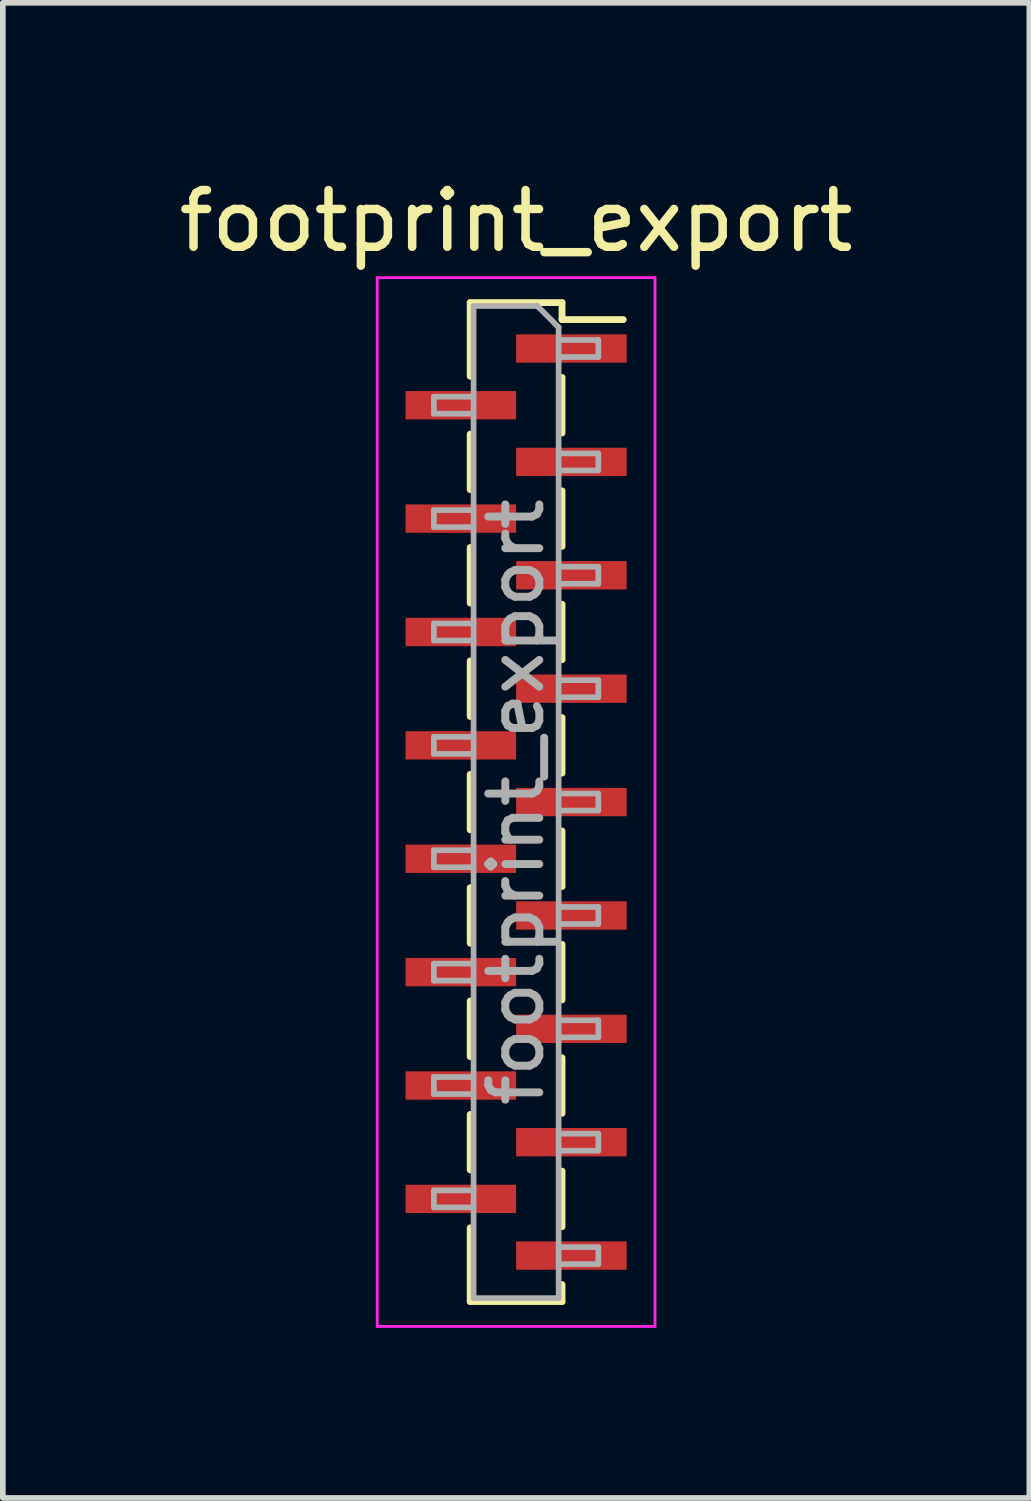
<source format=kicad_pcb>
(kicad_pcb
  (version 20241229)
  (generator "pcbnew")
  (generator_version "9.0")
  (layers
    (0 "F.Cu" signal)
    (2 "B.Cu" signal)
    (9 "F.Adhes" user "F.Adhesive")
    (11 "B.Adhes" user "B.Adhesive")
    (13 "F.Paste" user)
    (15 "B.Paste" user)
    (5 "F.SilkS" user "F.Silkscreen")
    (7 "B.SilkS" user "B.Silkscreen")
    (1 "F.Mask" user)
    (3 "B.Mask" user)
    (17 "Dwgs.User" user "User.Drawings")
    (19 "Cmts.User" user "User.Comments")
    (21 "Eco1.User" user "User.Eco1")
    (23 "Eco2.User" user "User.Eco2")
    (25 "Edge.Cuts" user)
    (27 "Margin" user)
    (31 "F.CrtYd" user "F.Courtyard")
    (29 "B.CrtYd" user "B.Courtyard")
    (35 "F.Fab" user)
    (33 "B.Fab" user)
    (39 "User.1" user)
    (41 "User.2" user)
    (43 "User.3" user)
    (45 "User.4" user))
  (footprint "footprint_export"
    (layer "F.Cu")
    (at 6.054 11.098)
    (property "Reference" "footprint_export" (at 0 -10.25 0) (layer "F.SilkS") (effects (font (size 1 1) (thickness 0.15))))
    (attr smd)
    (fp_line (start -0.81 -8.81) (end -0.81 -7.51) (stroke (width 0.12) (type solid)) (layer "F.SilkS"))
    (fp_line (start -0.81 -8.81) (end 0.81 -8.81) (stroke (width 0.12) (type solid)) (layer "F.SilkS"))
    (fp_line (start -0.81 -6.49) (end -0.81 -5.51) (stroke (width 0.12) (type solid)) (layer "F.SilkS"))
    (fp_line (start -0.81 -4.49) (end -0.81 -3.51) (stroke (width 0.12) (type solid)) (layer "F.SilkS"))
    (fp_line (start -0.81 -2.49) (end -0.81 -1.51) (stroke (width 0.12) (type solid)) (layer "F.SilkS"))
    (fp_line (start -0.81 -0.49) (end -0.81 0.49) (stroke (width 0.12) (type solid)) (layer "F.SilkS"))
    (fp_line (start -0.81 1.51) (end -0.81 2.49) (stroke (width 0.12) (type solid)) (layer "F.SilkS"))
    (fp_line (start -0.81 3.51) (end -0.81 4.49) (stroke (width 0.12) (type solid)) (layer "F.SilkS"))
    (fp_line (start -0.81 5.51) (end -0.81 6.49) (stroke (width 0.12) (type solid)) (layer "F.SilkS"))
    (fp_line (start -0.81 7.51) (end -0.81 8.81) (stroke (width 0.12) (type solid)) (layer "F.SilkS"))
    (fp_line (start -0.81 8.81) (end 0.81 8.81) (stroke (width 0.12) (type solid)) (layer "F.SilkS"))
    (fp_line (start 0.81 -8.81) (end 0.81 -8.51) (stroke (width 0.12) (type solid)) (layer "F.SilkS"))
    (fp_line (start 0.81 -8.51) (end 1.89 -8.51) (stroke (width 0.12) (type solid)) (layer "F.SilkS"))
    (fp_line (start 0.81 -7.49) (end 0.81 -6.51) (stroke (width 0.12) (type solid)) (layer "F.SilkS"))
    (fp_line (start 0.81 -5.49) (end 0.81 -4.51) (stroke (width 0.12) (type solid)) (layer "F.SilkS"))
    (fp_line (start 0.81 -3.49) (end 0.81 -2.51) (stroke (width 0.12) (type solid)) (layer "F.SilkS"))
    (fp_line (start 0.81 -1.49) (end 0.81 -0.51) (stroke (width 0.12) (type solid)) (layer "F.SilkS"))
    (fp_line (start 0.81 0.51) (end 0.81 1.49) (stroke (width 0.12) (type solid)) (layer "F.SilkS"))
    (fp_line (start 0.81 2.51) (end 0.81 3.49) (stroke (width 0.12) (type solid)) (layer "F.SilkS"))
    (fp_line (start 0.81 4.51) (end 0.81 5.49) (stroke (width 0.12) (type solid)) (layer "F.SilkS"))
    (fp_line (start 0.81 6.51) (end 0.81 7.49) (stroke (width 0.12) (type solid)) (layer "F.SilkS"))
    (fp_line (start 0.81 8.51) (end 0.81 8.81) (stroke (width 0.12) (type solid)) (layer "F.SilkS"))
    (fp_line (start -2.45 -9.25) (end 2.45 -9.25) (stroke (width 0.05) (type solid)) (layer "F.CrtYd"))
    (fp_line (start -2.45 9.25) (end -2.45 -9.25) (stroke (width 0.05) (type solid)) (layer "F.CrtYd"))
    (fp_line (start 2.45 -9.25) (end 2.45 9.25) (stroke (width 0.05) (type solid)) (layer "F.CrtYd"))
    (fp_line (start 2.45 9.25) (end -2.45 9.25) (stroke (width 0.05) (type solid)) (layer "F.CrtYd"))
    (fp_line (start -1.45 -7.15) (end -0.75 -7.15) (stroke (width 0.1) (type solid)) (layer "F.Fab"))
    (fp_line (start -1.45 -6.85) (end -1.45 -7.15) (stroke (width 0.1) (type solid)) (layer "F.Fab"))
    (fp_line (start -1.45 -5.15) (end -0.75 -5.15) (stroke (width 0.1) (type solid)) (layer "F.Fab"))
    (fp_line (start -1.45 -4.85) (end -1.45 -5.15) (stroke (width 0.1) (type solid)) (layer "F.Fab"))
    (fp_line (start -1.45 -3.15) (end -0.75 -3.15) (stroke (width 0.1) (type solid)) (layer "F.Fab"))
    (fp_line (start -1.45 -2.85) (end -1.45 -3.15) (stroke (width 0.1) (type solid)) (layer "F.Fab"))
    (fp_line (start -1.45 -1.15) (end -0.75 -1.15) (stroke (width 0.1) (type solid)) (layer "F.Fab"))
    (fp_line (start -1.45 -0.85) (end -1.45 -1.15) (stroke (width 0.1) (type solid)) (layer "F.Fab"))
    (fp_line (start -1.45 0.85) (end -0.75 0.85) (stroke (width 0.1) (type solid)) (layer "F.Fab"))
    (fp_line (start -1.45 1.15) (end -1.45 0.85) (stroke (width 0.1) (type solid)) (layer "F.Fab"))
    (fp_line (start -1.45 2.85) (end -0.75 2.85) (stroke (width 0.1) (type solid)) (layer "F.Fab"))
    (fp_line (start -1.45 3.15) (end -1.45 2.85) (stroke (width 0.1) (type solid)) (layer "F.Fab"))
    (fp_line (start -1.45 4.85) (end -0.75 4.85) (stroke (width 0.1) (type solid)) (layer "F.Fab"))
    (fp_line (start -1.45 5.15) (end -1.45 4.85) (stroke (width 0.1) (type solid)) (layer "F.Fab"))
    (fp_line (start -1.45 6.85) (end -0.75 6.85) (stroke (width 0.1) (type solid)) (layer "F.Fab"))
    (fp_line (start -1.45 7.15) (end -1.45 6.85) (stroke (width 0.1) (type solid)) (layer "F.Fab"))
    (fp_line (start -0.75 -8.75) (end 0.375 -8.75) (stroke (width 0.1) (type solid)) (layer "F.Fab"))
    (fp_line (start -0.75 -6.85) (end -1.45 -6.85) (stroke (width 0.1) (type solid)) (layer "F.Fab"))
    (fp_line (start -0.75 -4.85) (end -1.45 -4.85) (stroke (width 0.1) (type solid)) (layer "F.Fab"))
    (fp_line (start -0.75 -2.85) (end -1.45 -2.85) (stroke (width 0.1) (type solid)) (layer "F.Fab"))
    (fp_line (start -0.75 -0.85) (end -1.45 -0.85) (stroke (width 0.1) (type solid)) (layer "F.Fab"))
    (fp_line (start -0.75 1.15) (end -1.45 1.15) (stroke (width 0.1) (type solid)) (layer "F.Fab"))
    (fp_line (start -0.75 3.15) (end -1.45 3.15) (stroke (width 0.1) (type solid)) (layer "F.Fab"))
    (fp_line (start -0.75 5.15) (end -1.45 5.15) (stroke (width 0.1) (type solid)) (layer "F.Fab"))
    (fp_line (start -0.75 7.15) (end -1.45 7.15) (stroke (width 0.1) (type solid)) (layer "F.Fab"))
    (fp_line (start -0.75 8.75) (end -0.75 -8.75) (stroke (width 0.1) (type solid)) (layer "F.Fab"))
    (fp_line (start 0.375 -8.75) (end 0.75 -8.375) (stroke (width 0.1) (type solid)) (layer "F.Fab"))
    (fp_line (start 0.75 -8.375) (end 0.75 8.75) (stroke (width 0.1) (type solid)) (layer "F.Fab"))
    (fp_line (start 0.75 -8.15) (end 1.45 -8.15) (stroke (width 0.1) (type solid)) (layer "F.Fab"))
    (fp_line (start 0.75 -6.15) (end 1.45 -6.15) (stroke (width 0.1) (type solid)) (layer "F.Fab"))
    (fp_line (start 0.75 -4.15) (end 1.45 -4.15) (stroke (width 0.1) (type solid)) (layer "F.Fab"))
    (fp_line (start 0.75 -2.15) (end 1.45 -2.15) (stroke (width 0.1) (type solid)) (layer "F.Fab"))
    (fp_line (start 0.75 -0.15) (end 1.45 -0.15) (stroke (width 0.1) (type solid)) (layer "F.Fab"))
    (fp_line (start 0.75 1.85) (end 1.45 1.85) (stroke (width 0.1) (type solid)) (layer "F.Fab"))
    (fp_line (start 0.75 3.85) (end 1.45 3.85) (stroke (width 0.1) (type solid)) (layer "F.Fab"))
    (fp_line (start 0.75 5.85) (end 1.45 5.85) (stroke (width 0.1) (type solid)) (layer "F.Fab"))
    (fp_line (start 0.75 7.85) (end 1.45 7.85) (stroke (width 0.1) (type solid)) (layer "F.Fab"))
    (fp_line (start 0.75 8.75) (end -0.75 8.75) (stroke (width 0.1) (type solid)) (layer "F.Fab"))
    (fp_line (start 1.45 -8.15) (end 1.45 -7.85) (stroke (width 0.1) (type solid)) (layer "F.Fab"))
    (fp_line (start 1.45 -7.85) (end 0.75 -7.85) (stroke (width 0.1) (type solid)) (layer "F.Fab"))
    (fp_line (start 1.45 -6.15) (end 1.45 -5.85) (stroke (width 0.1) (type solid)) (layer "F.Fab"))
    (fp_line (start 1.45 -5.85) (end 0.75 -5.85) (stroke (width 0.1) (type solid)) (layer "F.Fab"))
    (fp_line (start 1.45 -4.15) (end 1.45 -3.85) (stroke (width 0.1) (type solid)) (layer "F.Fab"))
    (fp_line (start 1.45 -3.85) (end 0.75 -3.85) (stroke (width 0.1) (type solid)) (layer "F.Fab"))
    (fp_line (start 1.45 -2.15) (end 1.45 -1.85) (stroke (width 0.1) (type solid)) (layer "F.Fab"))
    (fp_line (start 1.45 -1.85) (end 0.75 -1.85) (stroke (width 0.1) (type solid)) (layer "F.Fab"))
    (fp_line (start 1.45 -0.15) (end 1.45 0.15) (stroke (width 0.1) (type solid)) (layer "F.Fab"))
    (fp_line (start 1.45 0.15) (end 0.75 0.15) (stroke (width 0.1) (type solid)) (layer "F.Fab"))
    (fp_line (start 1.45 1.85) (end 1.45 2.15) (stroke (width 0.1) (type solid)) (layer "F.Fab"))
    (fp_line (start 1.45 2.15) (end 0.75 2.15) (stroke (width 0.1) (type solid)) (layer "F.Fab"))
    (fp_line (start 1.45 3.85) (end 1.45 4.15) (stroke (width 0.1) (type solid)) (layer "F.Fab"))
    (fp_line (start 1.45 4.15) (end 0.75 4.15) (stroke (width 0.1) (type solid)) (layer "F.Fab"))
    (fp_line (start 1.45 5.85) (end 1.45 6.15) (stroke (width 0.1) (type solid)) (layer "F.Fab"))
    (fp_line (start 1.45 6.15) (end 0.75 6.15) (stroke (width 0.1) (type solid)) (layer "F.Fab"))
    (fp_line (start 1.45 7.85) (end 1.45 8.15) (stroke (width 0.1) (type solid)) (layer "F.Fab"))
    (fp_line (start 1.45 8.15) (end 0.75 8.15) (stroke (width 0.1) (type solid)) (layer "F.Fab"))
    (fp_text user "${REFERENCE}" (at 0 0 90) (layer "F.Fab") (effects (font (size 0.9 0.9) (thickness 0.14))))
    (pad "1" smd rect (at 0.975 -8) (size 1.95 0.5) (layers "F.Cu" "F.Mask" "F.Paste"))
    (pad "2" smd rect (at -0.975 -7) (size 1.95 0.5) (layers "F.Cu" "F.Mask" "F.Paste"))
    (pad "3" smd rect (at 0.975 -6) (size 1.95 0.5) (layers "F.Cu" "F.Mask" "F.Paste"))
    (pad "4" smd rect (at -0.975 -5) (size 1.95 0.5) (layers "F.Cu" "F.Mask" "F.Paste"))
    (pad "5" smd rect (at 0.975 -4) (size 1.95 0.5) (layers "F.Cu" "F.Mask" "F.Paste"))
    (pad "6" smd rect (at -0.975 -3) (size 1.95 0.5) (layers "F.Cu" "F.Mask" "F.Paste"))
    (pad "7" smd rect (at 0.975 -2) (size 1.95 0.5) (layers "F.Cu" "F.Mask" "F.Paste"))
    (pad "8" smd rect (at -0.975 -1) (size 1.95 0.5) (layers "F.Cu" "F.Mask" "F.Paste"))
    (pad "9" smd rect (at 0.975 0) (size 1.95 0.5) (layers "F.Cu" "F.Mask" "F.Paste"))
    (pad "10" smd rect (at -0.975 1) (size 1.95 0.5) (layers "F.Cu" "F.Mask" "F.Paste"))
    (pad "11" smd rect (at 0.975 2) (size 1.95 0.5) (layers "F.Cu" "F.Mask" "F.Paste"))
    (pad "12" smd rect (at -0.975 3) (size 1.95 0.5) (layers "F.Cu" "F.Mask" "F.Paste"))
    (pad "13" smd rect (at 0.975 4) (size 1.95 0.5) (layers "F.Cu" "F.Mask" "F.Paste"))
    (pad "14" smd rect (at -0.975 5) (size 1.95 0.5) (layers "F.Cu" "F.Mask" "F.Paste"))
    (pad "15" smd rect (at 0.975 6) (size 1.95 0.5) (layers "F.Cu" "F.Mask" "F.Paste"))
    (pad "16" smd rect (at -0.975 7) (size 1.95 0.5) (layers "F.Cu" "F.Mask" "F.Paste"))
    (pad "17" smd rect (at 0.975 8) (size 1.95 0.5) (layers "F.Cu" "F.Mask" "F.Paste")))
  (gr_rect
    (start -3 -3)
    (end 15.107 23.373)
    (stroke (width 0.1) (type default))
    (fill no)
    (layer "Edge.Cuts")))
</source>
